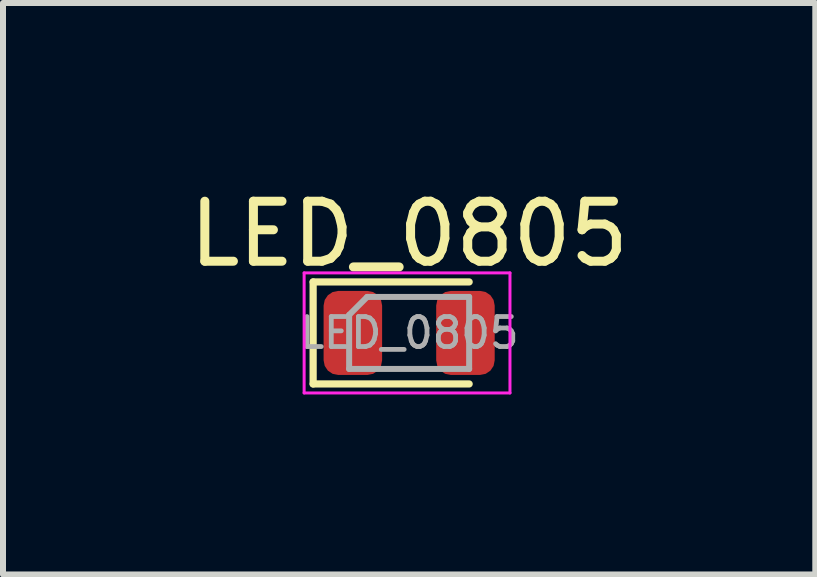
<source format=kicad_pcb>
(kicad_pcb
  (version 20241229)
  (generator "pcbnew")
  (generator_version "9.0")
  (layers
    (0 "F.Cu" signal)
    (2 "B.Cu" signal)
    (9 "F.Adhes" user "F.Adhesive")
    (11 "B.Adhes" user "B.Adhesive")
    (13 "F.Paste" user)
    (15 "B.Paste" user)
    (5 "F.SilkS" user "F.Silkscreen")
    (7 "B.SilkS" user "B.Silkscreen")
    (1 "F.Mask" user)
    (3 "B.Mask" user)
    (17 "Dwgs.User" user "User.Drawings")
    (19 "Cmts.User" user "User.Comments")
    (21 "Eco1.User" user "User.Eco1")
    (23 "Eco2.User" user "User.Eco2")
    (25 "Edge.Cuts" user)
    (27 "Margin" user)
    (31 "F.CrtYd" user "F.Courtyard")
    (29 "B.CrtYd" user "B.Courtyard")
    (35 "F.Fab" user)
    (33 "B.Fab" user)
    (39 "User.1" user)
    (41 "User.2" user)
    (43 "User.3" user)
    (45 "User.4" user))
  (footprint "LED_0805"
    (layer "F.Cu")
    (at 3.768 2.498)
    (property "Reference" "LED_0805" (at 0 -1.65 0) (layer "F.SilkS") (effects (font (size 1 1) (thickness 0.15))))
    (attr smd)
    (fp_line (start -1.6 -0.85) (end -1.6 0.85) (stroke (width 0.12) (type solid)) (layer "F.SilkS"))
    (fp_line (start -1.6 0.85) (end 1 0.85) (stroke (width 0.12) (type solid)) (layer "F.SilkS"))
    (fp_line (start 1 -0.85) (end -1.6 -0.85) (stroke (width 0.12) (type solid)) (layer "F.SilkS"))
    (fp_line (start -1.75 -1) (end 1.68 -1) (stroke (width 0.05) (type solid)) (layer "F.CrtYd"))
    (fp_line (start -1.75 1) (end -1.75 -1) (stroke (width 0.05) (type solid)) (layer "F.CrtYd"))
    (fp_line (start 1.68 -1) (end 1.68 1) (stroke (width 0.05) (type solid)) (layer "F.CrtYd"))
    (fp_line (start 1.68 1) (end -1.75 1) (stroke (width 0.05) (type solid)) (layer "F.CrtYd"))
    (fp_line (start -1 -0.3) (end -1 0.6) (stroke (width 0.1) (type solid)) (layer "F.Fab"))
    (fp_line (start -1 0.6) (end 1 0.6) (stroke (width 0.1) (type solid)) (layer "F.Fab"))
    (fp_line (start -0.7 -0.6) (end -1 -0.3) (stroke (width 0.1) (type solid)) (layer "F.Fab"))
    (fp_line (start 1 -0.6) (end -0.7 -0.6) (stroke (width 0.1) (type solid)) (layer "F.Fab"))
    (fp_line (start 1 0.6) (end 1 -0.6) (stroke (width 0.1) (type solid)) (layer "F.Fab"))
    (fp_text user "${REFERENCE}" (at 0 0 0) (layer "F.Fab") (effects (font (size 0.5 0.5) (thickness 0.08))))
    (pad "1" smd roundrect (at -0.938 0) (size 0.975 1.4) (layers "F.Cu" "F.Mask" "F.Paste") (roundrect_rratio 0.25))
    (pad "2" smd roundrect (at 0.938 0) (size 0.975 1.4) (layers "F.Cu" "F.Mask" "F.Paste") (roundrect_rratio 0.25)))
  (gr_rect
    (start -3 -3)
    (end 10.536 6.523)
    (stroke (width 0.1) (type default))
    (fill no)
    (layer "Edge.Cuts")))
</source>
